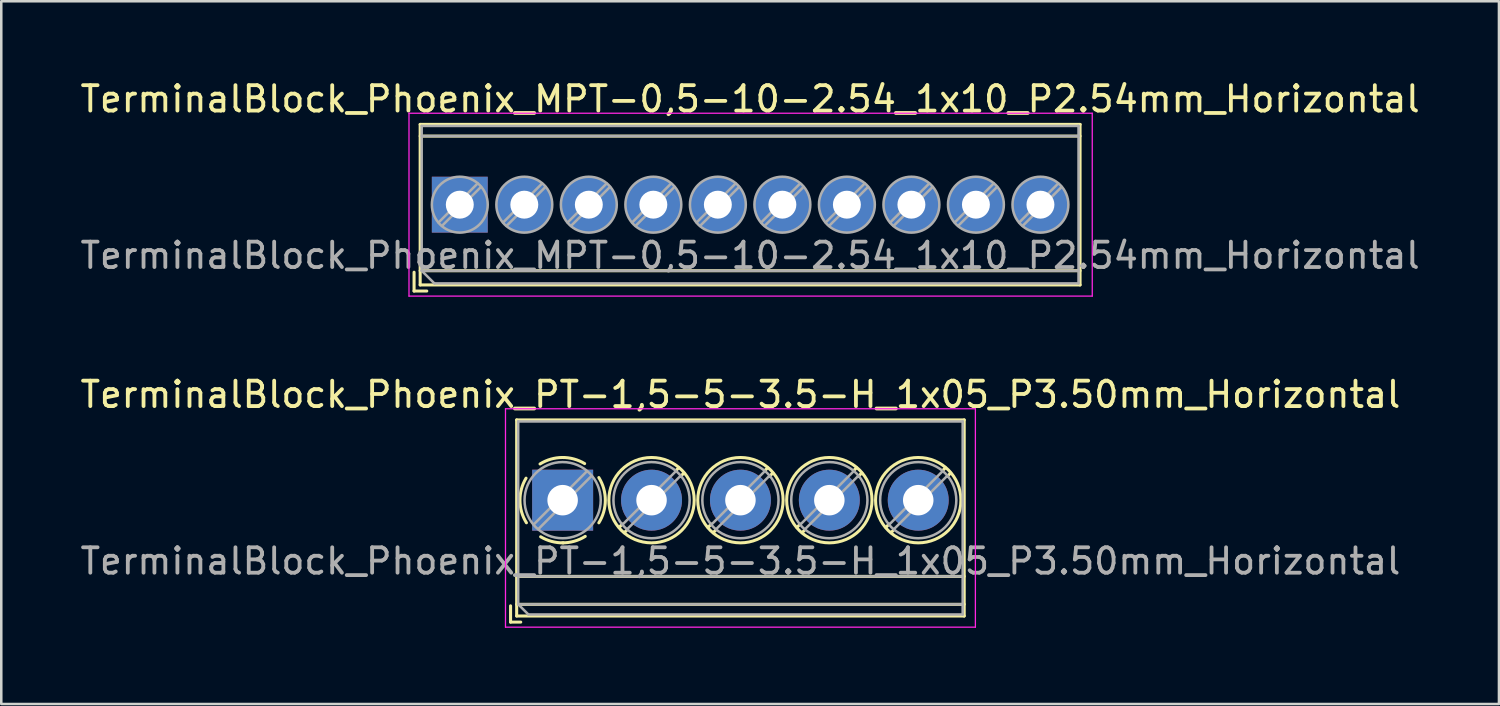
<source format=kicad_pcb>
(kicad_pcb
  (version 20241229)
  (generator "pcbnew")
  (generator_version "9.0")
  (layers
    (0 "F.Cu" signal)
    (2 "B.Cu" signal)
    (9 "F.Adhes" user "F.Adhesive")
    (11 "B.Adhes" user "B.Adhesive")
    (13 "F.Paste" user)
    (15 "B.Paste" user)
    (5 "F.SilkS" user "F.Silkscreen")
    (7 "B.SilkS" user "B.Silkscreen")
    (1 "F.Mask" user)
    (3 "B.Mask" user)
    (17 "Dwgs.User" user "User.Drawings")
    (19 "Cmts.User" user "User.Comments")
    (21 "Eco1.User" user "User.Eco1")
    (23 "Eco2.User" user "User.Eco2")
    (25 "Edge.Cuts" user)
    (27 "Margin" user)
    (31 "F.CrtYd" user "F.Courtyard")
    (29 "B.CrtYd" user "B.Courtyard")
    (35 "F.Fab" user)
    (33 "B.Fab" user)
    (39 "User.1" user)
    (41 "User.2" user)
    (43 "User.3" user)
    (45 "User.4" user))
  (footprint "TerminalBlock_Phoenix_PT-1,5-5-3.5-H_1x05_P3.50mm_Horizontal"
    (layer "F.Cu")
    (at 19.101 16.642)
    (property "Reference" "TerminalBlock_Phoenix_PT-1,5-5-3.5-H_1x05_P3.50mm_Horizontal" (at 7 -4.16 0) (layer "F.SilkS") (effects (font (size 1 1) (thickness 0.15))))
    (attr through_hole)
    (fp_line (start -2.05 4.16) (end -2.05 4.8) (stroke (width 0.12) (type solid)) (layer "F.SilkS"))
    (fp_line (start -2.05 4.8) (end -1.65 4.8) (stroke (width 0.12) (type solid)) (layer "F.SilkS"))
    (fp_line (start -1.81 -3.16) (end -1.81 4.56) (stroke (width 0.12) (type solid)) (layer "F.SilkS"))
    (fp_line (start -1.81 -3.16) (end 15.81 -3.16) (stroke (width 0.12) (type solid)) (layer "F.SilkS"))
    (fp_line (start -1.81 3) (end 15.81 3) (stroke (width 0.12) (type solid)) (layer "F.SilkS"))
    (fp_line (start -1.81 4.1) (end 15.81 4.1) (stroke (width 0.12) (type solid)) (layer "F.SilkS"))
    (fp_line (start -1.81 4.56) (end 15.81 4.56) (stroke (width 0.12) (type solid)) (layer "F.SilkS"))
    (fp_line (start 2.355 0.941) (end 2.226 1.069) (stroke (width 0.12) (type solid)) (layer "F.SilkS"))
    (fp_line (start 2.525 1.181) (end 2.431 1.274) (stroke (width 0.12) (type solid)) (layer "F.SilkS"))
    (fp_line (start 4.57 -1.275) (end 4.476 -1.181) (stroke (width 0.12) (type solid)) (layer "F.SilkS"))
    (fp_line (start 4.775 -1.069) (end 4.646 -0.941) (stroke (width 0.12) (type solid)) (layer "F.SilkS"))
    (fp_line (start 5.855 0.941) (end 5.726 1.069) (stroke (width 0.12) (type solid)) (layer "F.SilkS"))
    (fp_line (start 6.025 1.181) (end 5.931 1.274) (stroke (width 0.12) (type solid)) (layer "F.SilkS"))
    (fp_line (start 8.07 -1.275) (end 7.976 -1.181) (stroke (width 0.12) (type solid)) (layer "F.SilkS"))
    (fp_line (start 8.275 -1.069) (end 8.146 -0.941) (stroke (width 0.12) (type solid)) (layer "F.SilkS"))
    (fp_line (start 9.355 0.941) (end 9.226 1.069) (stroke (width 0.12) (type solid)) (layer "F.SilkS"))
    (fp_line (start 9.525 1.181) (end 9.431 1.274) (stroke (width 0.12) (type solid)) (layer "F.SilkS"))
    (fp_line (start 11.57 -1.275) (end 11.476 -1.181) (stroke (width 0.12) (type solid)) (layer "F.SilkS"))
    (fp_line (start 11.775 -1.069) (end 11.646 -0.941) (stroke (width 0.12) (type solid)) (layer "F.SilkS"))
    (fp_line (start 12.855 0.941) (end 12.726 1.069) (stroke (width 0.12) (type solid)) (layer "F.SilkS"))
    (fp_line (start 13.025 1.181) (end 12.931 1.274) (stroke (width 0.12) (type solid)) (layer "F.SilkS"))
    (fp_line (start 15.07 -1.275) (end 14.976 -1.181) (stroke (width 0.12) (type solid)) (layer "F.SilkS"))
    (fp_line (start 15.275 -1.069) (end 15.146 -0.941) (stroke (width 0.12) (type solid)) (layer "F.SilkS"))
    (fp_line (start 15.81 -3.16) (end 15.81 4.56) (stroke (width 0.12) (type solid)) (layer "F.SilkS"))
    (fp_arc (start -1.425358 0.889894) (mid -1.680286 0.014012) (end -1.44 -0.866) (stroke (width 0.12) (type solid)) (layer "F.SilkS"))
    (fp_arc (start -0.889894 -1.425358) (mid -0.014012 -1.680286) (end 0.866 -1.44) (stroke (width 0.12) (type solid)) (layer "F.SilkS"))
    (fp_arc (start 0.028674 1.680099) (mid -0.435535 1.622918) (end -0.866 1.44) (stroke (width 0.12) (type solid)) (layer "F.SilkS"))
    (fp_arc (start 0.890264 1.424721) (mid 0.463071 1.61492) (end 0 1.68) (stroke (width 0.12) (type solid)) (layer "F.SilkS"))
    (fp_arc (start 1.425504 -0.890193) (mid 1.680626 0.000476) (end 1.425 0.891) (stroke (width 0.12) (type solid)) (layer "F.SilkS"))
    (fp_circle (center 3.5 0) (end 5.18 0) (stroke (width 0.12) (type solid)) (fill no) (layer "F.SilkS"))
    (fp_circle (center 7 0) (end 8.68 0) (stroke (width 0.12) (type solid)) (fill no) (layer "F.SilkS"))
    (fp_circle (center 10.5 0) (end 12.18 0) (stroke (width 0.12) (type solid)) (fill no) (layer "F.SilkS"))
    (fp_circle (center 14 0) (end 15.68 0) (stroke (width 0.12) (type solid)) (fill no) (layer "F.SilkS"))
    (fp_line (start -2.25 -3.6) (end -2.25 5) (stroke (width 0.05) (type solid)) (layer "F.CrtYd"))
    (fp_line (start -2.25 5) (end 16.25 5) (stroke (width 0.05) (type solid)) (layer "F.CrtYd"))
    (fp_line (start 16.25 -3.6) (end -2.25 -3.6) (stroke (width 0.05) (type solid)) (layer "F.CrtYd"))
    (fp_line (start 16.25 5) (end 16.25 -3.6) (stroke (width 0.05) (type solid)) (layer "F.CrtYd"))
    (fp_line (start -1.75 -3.1) (end 15.75 -3.1) (stroke (width 0.1) (type solid)) (layer "F.Fab"))
    (fp_line (start -1.75 3) (end 15.75 3) (stroke (width 0.1) (type solid)) (layer "F.Fab"))
    (fp_line (start -1.75 4.1) (end -1.75 -3.1) (stroke (width 0.1) (type solid)) (layer "F.Fab"))
    (fp_line (start -1.75 4.1) (end 15.75 4.1) (stroke (width 0.1) (type solid)) (layer "F.Fab"))
    (fp_line (start -1.35 4.5) (end -1.75 4.1) (stroke (width 0.1) (type solid)) (layer "F.Fab"))
    (fp_line (start 0.955 -1.138) (end -1.138 0.955) (stroke (width 0.1) (type solid)) (layer "F.Fab"))
    (fp_line (start 1.138 -0.955) (end -0.955 1.138) (stroke (width 0.1) (type solid)) (layer "F.Fab"))
    (fp_line (start 4.455 -1.138) (end 2.363 0.955) (stroke (width 0.1) (type solid)) (layer "F.Fab"))
    (fp_line (start 4.638 -0.955) (end 2.546 1.138) (stroke (width 0.1) (type solid)) (layer "F.Fab"))
    (fp_line (start 7.955 -1.138) (end 5.863 0.955) (stroke (width 0.1) (type solid)) (layer "F.Fab"))
    (fp_line (start 8.138 -0.955) (end 6.046 1.138) (stroke (width 0.1) (type solid)) (layer "F.Fab"))
    (fp_line (start 11.455 -1.138) (end 9.363 0.955) (stroke (width 0.1) (type solid)) (layer "F.Fab"))
    (fp_line (start 11.638 -0.955) (end 9.546 1.138) (stroke (width 0.1) (type solid)) (layer "F.Fab"))
    (fp_line (start 14.955 -1.138) (end 12.863 0.955) (stroke (width 0.1) (type solid)) (layer "F.Fab"))
    (fp_line (start 15.138 -0.955) (end 13.046 1.138) (stroke (width 0.1) (type solid)) (layer "F.Fab"))
    (fp_line (start 15.75 -3.1) (end 15.75 4.5) (stroke (width 0.1) (type solid)) (layer "F.Fab"))
    (fp_line (start 15.75 4.5) (end -1.35 4.5) (stroke (width 0.1) (type solid)) (layer "F.Fab"))
    (fp_circle (center 0 0) (end 1.5 0) (stroke (width 0.1) (type solid)) (fill no) (layer "F.Fab"))
    (fp_circle (center 3.5 0) (end 5 0) (stroke (width 0.1) (type solid)) (fill no) (layer "F.Fab"))
    (fp_circle (center 7 0) (end 8.5 0) (stroke (width 0.1) (type solid)) (fill no) (layer "F.Fab"))
    (fp_circle (center 10.5 0) (end 12 0) (stroke (width 0.1) (type solid)) (fill no) (layer "F.Fab"))
    (fp_circle (center 14 0) (end 15.5 0) (stroke (width 0.1) (type solid)) (fill no) (layer "F.Fab"))
    (fp_text user "${REFERENCE}" (at 7 2.4 0) (layer "F.Fab") (effects (font (size 1 1) (thickness 0.15))))
    (pad "1" thru_hole rect (at 0 0) (size 2.4 2.4) (drill 1.2) (layers "*.Cu" "*.Mask"))
    (pad "2" thru_hole circle (at 3.5 0) (size 2.4 2.4) (drill 1.2) (layers "*.Cu" "*.Mask"))
    (pad "3" thru_hole circle (at 7 0) (size 2.4 2.4) (drill 1.2) (layers "*.Cu" "*.Mask"))
    (pad "4" thru_hole circle (at 10.5 0) (size 2.4 2.4) (drill 1.2) (layers "*.Cu" "*.Mask"))
    (pad "5" thru_hole circle (at 14 0) (size 2.4 2.4) (drill 1.2) (layers "*.Cu" "*.Mask")))
  (footprint "TerminalBlock_Phoenix_MPT-0,5-10-2.54_1x10_P2.54mm_Horizontal"
    (layer "F.Cu")
    (at 15.052 5.008)
    (property "Reference" "TerminalBlock_Phoenix_MPT-0,5-10-2.54_1x10_P2.54mm_Horizontal" (at 11.43 -4.16 0) (layer "F.SilkS") (effects (font (size 1 1) (thickness 0.15))))
    (attr through_hole)
    (fp_line (start -1.8 2.66) (end -1.8 3.4) (stroke (width 0.12) (type solid)) (layer "F.SilkS"))
    (fp_line (start -1.8 3.4) (end -1.3 3.4) (stroke (width 0.12) (type solid)) (layer "F.SilkS"))
    (fp_line (start -1.56 -3.16) (end -1.56 3.16) (stroke (width 0.12) (type solid)) (layer "F.SilkS"))
    (fp_line (start -1.56 -3.16) (end 24.42 -3.16) (stroke (width 0.12) (type solid)) (layer "F.SilkS"))
    (fp_line (start -1.56 -2.7) (end 24.42 -2.7) (stroke (width 0.12) (type solid)) (layer "F.SilkS"))
    (fp_line (start -1.56 2.6) (end 24.42 2.6) (stroke (width 0.12) (type solid)) (layer "F.SilkS"))
    (fp_line (start -1.56 3.16) (end 24.42 3.16) (stroke (width 0.12) (type solid)) (layer "F.SilkS"))
    (fp_line (start 24.42 -3.16) (end 24.42 3.16) (stroke (width 0.12) (type solid)) (layer "F.SilkS"))
    (fp_line (start -2 -3.6) (end -2 3.6) (stroke (width 0.05) (type solid)) (layer "F.CrtYd"))
    (fp_line (start -2 3.6) (end 24.9 3.6) (stroke (width 0.05) (type solid)) (layer "F.CrtYd"))
    (fp_line (start 24.9 -3.6) (end -2 -3.6) (stroke (width 0.05) (type solid)) (layer "F.CrtYd"))
    (fp_line (start 24.9 3.6) (end 24.9 -3.6) (stroke (width 0.05) (type solid)) (layer "F.CrtYd"))
    (fp_line (start -1.5 -3.1) (end 24.36 -3.1) (stroke (width 0.1) (type solid)) (layer "F.Fab"))
    (fp_line (start -1.5 -2.7) (end 24.36 -2.7) (stroke (width 0.1) (type solid)) (layer "F.Fab"))
    (fp_line (start -1.5 2.6) (end -1.5 -3.1) (stroke (width 0.1) (type solid)) (layer "F.Fab"))
    (fp_line (start -1.5 2.6) (end 24.36 2.6) (stroke (width 0.1) (type solid)) (layer "F.Fab"))
    (fp_line (start -1 3.1) (end -1.5 2.6) (stroke (width 0.1) (type solid)) (layer "F.Fab"))
    (fp_line (start 0.701 -0.835) (end -0.835 0.7) (stroke (width 0.1) (type solid)) (layer "F.Fab"))
    (fp_line (start 0.835 -0.7) (end -0.701 0.835) (stroke (width 0.1) (type solid)) (layer "F.Fab"))
    (fp_line (start 3.241 -0.835) (end 1.706 0.7) (stroke (width 0.1) (type solid)) (layer "F.Fab"))
    (fp_line (start 3.375 -0.7) (end 1.84 0.835) (stroke (width 0.1) (type solid)) (layer "F.Fab"))
    (fp_line (start 5.781 -0.835) (end 4.246 0.7) (stroke (width 0.1) (type solid)) (layer "F.Fab"))
    (fp_line (start 5.915 -0.7) (end 4.38 0.835) (stroke (width 0.1) (type solid)) (layer "F.Fab"))
    (fp_line (start 8.321 -0.835) (end 6.786 0.7) (stroke (width 0.1) (type solid)) (layer "F.Fab"))
    (fp_line (start 8.455 -0.7) (end 6.92 0.835) (stroke (width 0.1) (type solid)) (layer "F.Fab"))
    (fp_line (start 10.861 -0.835) (end 9.326 0.7) (stroke (width 0.1) (type solid)) (layer "F.Fab"))
    (fp_line (start 10.995 -0.7) (end 9.46 0.835) (stroke (width 0.1) (type solid)) (layer "F.Fab"))
    (fp_line (start 13.401 -0.835) (end 11.866 0.7) (stroke (width 0.1) (type solid)) (layer "F.Fab"))
    (fp_line (start 13.535 -0.7) (end 12 0.835) (stroke (width 0.1) (type solid)) (layer "F.Fab"))
    (fp_line (start 15.941 -0.835) (end 14.406 0.7) (stroke (width 0.1) (type solid)) (layer "F.Fab"))
    (fp_line (start 16.075 -0.7) (end 14.54 0.835) (stroke (width 0.1) (type solid)) (layer "F.Fab"))
    (fp_line (start 18.481 -0.835) (end 16.946 0.7) (stroke (width 0.1) (type solid)) (layer "F.Fab"))
    (fp_line (start 18.615 -0.7) (end 17.08 0.835) (stroke (width 0.1) (type solid)) (layer "F.Fab"))
    (fp_line (start 21.021 -0.835) (end 19.486 0.7) (stroke (width 0.1) (type solid)) (layer "F.Fab"))
    (fp_line (start 21.155 -0.7) (end 19.62 0.835) (stroke (width 0.1) (type solid)) (layer "F.Fab"))
    (fp_line (start 23.561 -0.835) (end 22.026 0.7) (stroke (width 0.1) (type solid)) (layer "F.Fab"))
    (fp_line (start 23.695 -0.7) (end 22.16 0.835) (stroke (width 0.1) (type solid)) (layer "F.Fab"))
    (fp_line (start 24.36 -3.1) (end 24.36 3.1) (stroke (width 0.1) (type solid)) (layer "F.Fab"))
    (fp_line (start 24.36 3.1) (end -1 3.1) (stroke (width 0.1) (type solid)) (layer "F.Fab"))
    (fp_circle (center 0 0) (end 1.1 0) (stroke (width 0.1) (type solid)) (fill no) (layer "F.Fab"))
    (fp_circle (center 2.54 0) (end 3.64 0) (stroke (width 0.1) (type solid)) (fill no) (layer "F.Fab"))
    (fp_circle (center 5.08 0) (end 6.18 0) (stroke (width 0.1) (type solid)) (fill no) (layer "F.Fab"))
    (fp_circle (center 7.62 0) (end 8.72 0) (stroke (width 0.1) (type solid)) (fill no) (layer "F.Fab"))
    (fp_circle (center 10.16 0) (end 11.26 0) (stroke (width 0.1) (type solid)) (fill no) (layer "F.Fab"))
    (fp_circle (center 12.7 0) (end 13.8 0) (stroke (width 0.1) (type solid)) (fill no) (layer "F.Fab"))
    (fp_circle (center 15.24 0) (end 16.34 0) (stroke (width 0.1) (type solid)) (fill no) (layer "F.Fab"))
    (fp_circle (center 17.78 0) (end 18.88 0) (stroke (width 0.1) (type solid)) (fill no) (layer "F.Fab"))
    (fp_circle (center 20.32 0) (end 21.42 0) (stroke (width 0.1) (type solid)) (fill no) (layer "F.Fab"))
    (fp_circle (center 22.86 0) (end 23.96 0) (stroke (width 0.1) (type solid)) (fill no) (layer "F.Fab"))
    (fp_text user "${REFERENCE}" (at 11.43 2 0) (layer "F.Fab") (effects (font (size 1 1) (thickness 0.15))))
    (pad "1" thru_hole rect (at 0 0) (size 2.2 2.2) (drill 1.1) (layers "*.Cu" "*.Mask"))
    (pad "2" thru_hole circle (at 2.54 0) (size 2.2 2.2) (drill 1.1) (layers "*.Cu" "*.Mask"))
    (pad "3" thru_hole circle (at 5.08 0) (size 2.2 2.2) (drill 1.1) (layers "*.Cu" "*.Mask"))
    (pad "4" thru_hole circle (at 7.62 0) (size 2.2 2.2) (drill 1.1) (layers "*.Cu" "*.Mask"))
    (pad "5" thru_hole circle (at 10.16 0) (size 2.2 2.2) (drill 1.1) (layers "*.Cu" "*.Mask"))
    (pad "6" thru_hole circle (at 12.7 0) (size 2.2 2.2) (drill 1.1) (layers "*.Cu" "*.Mask"))
    (pad "7" thru_hole circle (at 15.24 0) (size 2.2 2.2) (drill 1.1) (layers "*.Cu" "*.Mask"))
    (pad "8" thru_hole circle (at 17.78 0) (size 2.2 2.2) (drill 1.1) (layers "*.Cu" "*.Mask"))
    (pad "9" thru_hole circle (at 20.32 0) (size 2.2 2.2) (drill 1.1) (layers "*.Cu" "*.Mask"))
    (pad "10" thru_hole circle (at 22.86 0) (size 2.2 2.2) (drill 1.1) (layers "*.Cu" "*.Mask")))
  (gr_rect
    (start -3 -3)
    (end 55.964 24.666)
    (stroke (width 0.1) (type default))
    (fill no)
    (layer "Edge.Cuts")))
</source>
